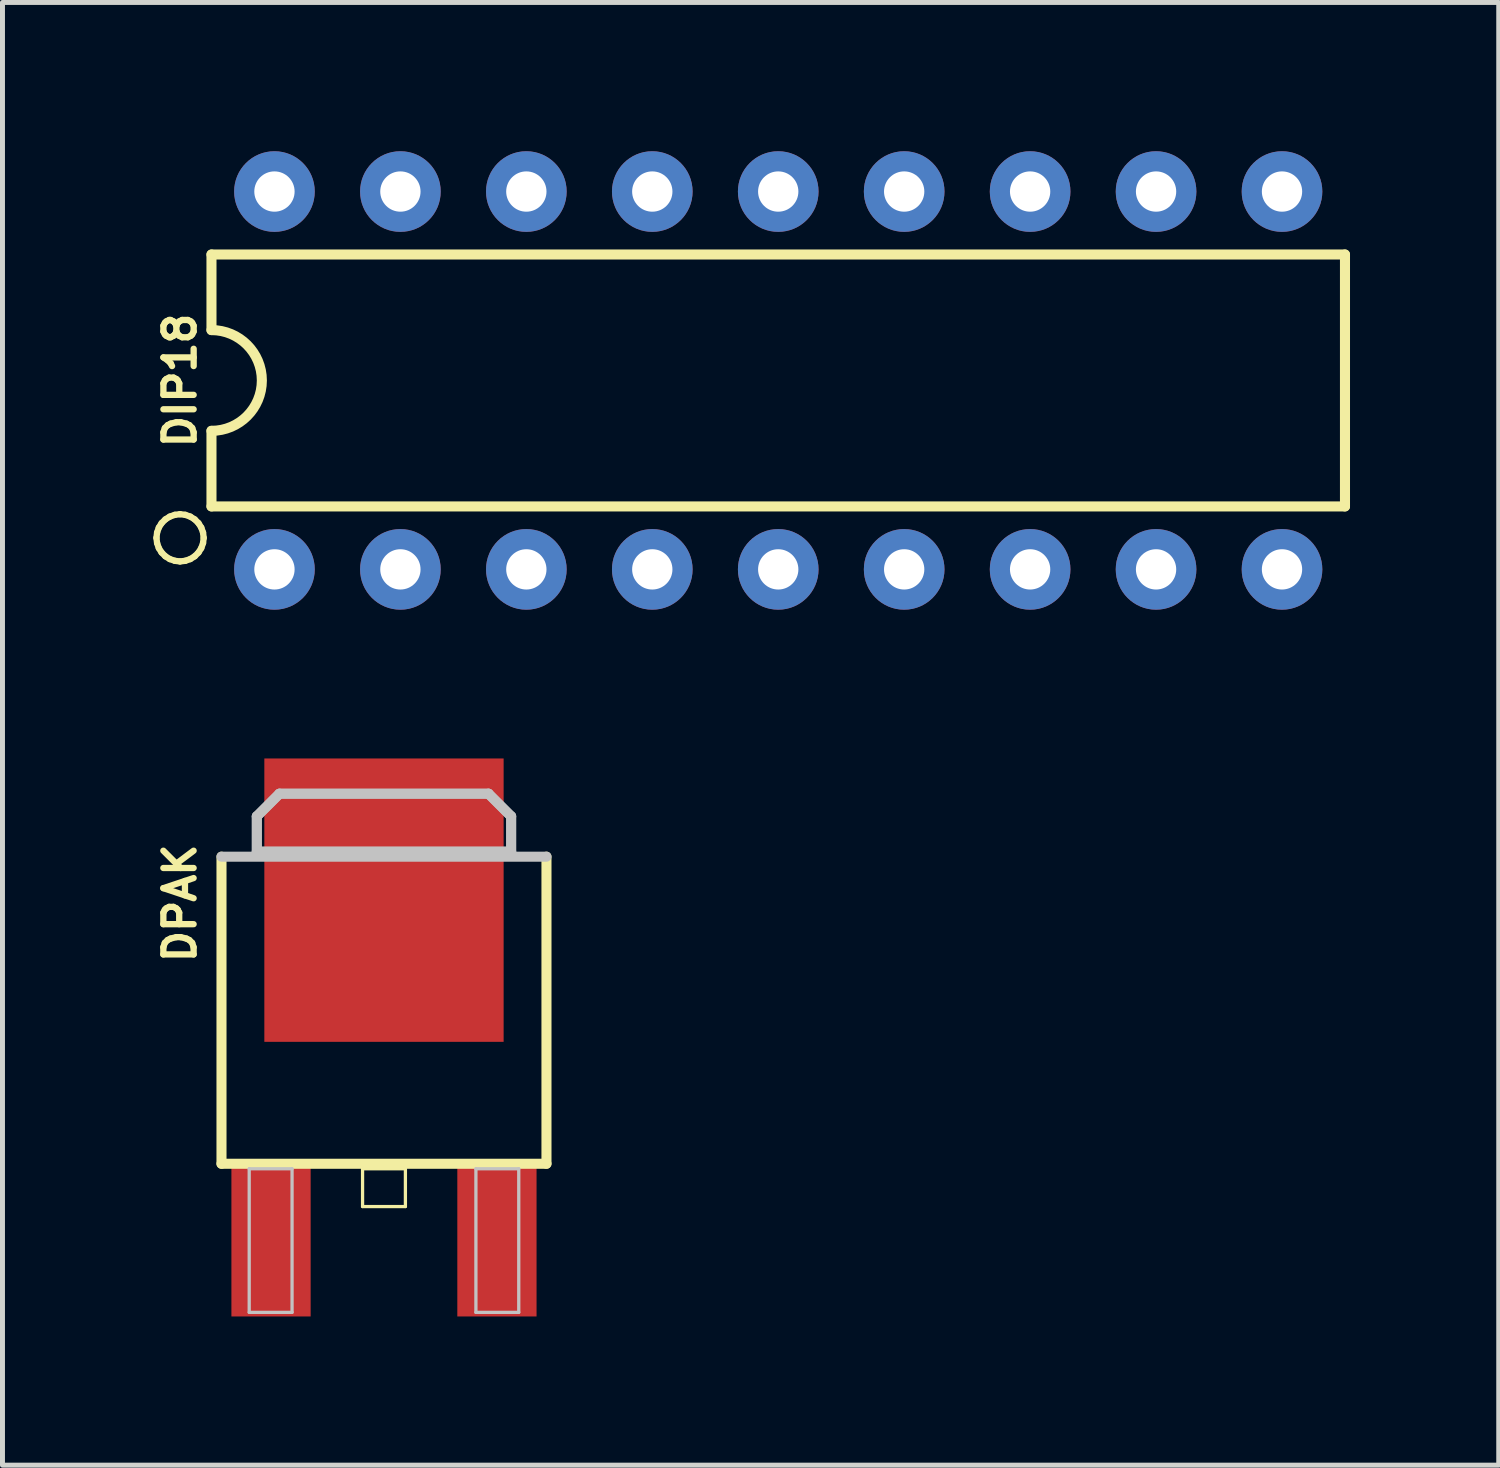
<source format=kicad_pcb>
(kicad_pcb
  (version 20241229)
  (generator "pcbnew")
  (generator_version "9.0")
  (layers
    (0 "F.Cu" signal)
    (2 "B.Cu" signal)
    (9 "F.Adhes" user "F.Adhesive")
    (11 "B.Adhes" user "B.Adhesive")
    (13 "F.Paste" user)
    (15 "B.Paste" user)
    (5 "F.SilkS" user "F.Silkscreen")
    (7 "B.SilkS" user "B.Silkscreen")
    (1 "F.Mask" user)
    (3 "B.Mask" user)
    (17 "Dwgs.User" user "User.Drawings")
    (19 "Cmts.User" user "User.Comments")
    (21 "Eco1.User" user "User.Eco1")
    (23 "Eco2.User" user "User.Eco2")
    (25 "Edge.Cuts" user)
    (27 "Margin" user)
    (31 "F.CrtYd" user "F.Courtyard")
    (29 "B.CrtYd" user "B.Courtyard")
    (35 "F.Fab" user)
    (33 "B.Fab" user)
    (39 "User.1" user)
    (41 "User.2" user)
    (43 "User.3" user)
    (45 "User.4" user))
  (footprint "DIP18"
    (layer "F.Cu")
    (at 12.645 4.623)
    (property "Reference" "DIP18" (at -12.065 0 90) (layer "F.SilkS") (effects (font (size 0.61 0.61) (thickness 0.127))))
    (attr exclude_from_pos_files exclude_from_bom)
    (fp_line (start -12.54 3.175) (end -12.527 3.068) (stroke (width 0.127) (type solid)) (layer "F.SilkS"))
    (fp_line (start -12.527 3.068) (end -12.492 2.967) (stroke (width 0.127) (type solid)) (layer "F.SilkS"))
    (fp_line (start -12.527 3.279) (end -12.54 3.175) (stroke (width 0.127) (type solid)) (layer "F.SilkS"))
    (fp_line (start -12.492 2.967) (end -12.436 2.878) (stroke (width 0.127) (type solid)) (layer "F.SilkS"))
    (fp_line (start -12.492 3.381) (end -12.527 3.279) (stroke (width 0.127) (type solid)) (layer "F.SilkS"))
    (fp_line (start -12.436 2.878) (end -12.36 2.802) (stroke (width 0.127) (type solid)) (layer "F.SilkS"))
    (fp_line (start -12.436 3.47) (end -12.492 3.381) (stroke (width 0.127) (type solid)) (layer "F.SilkS"))
    (fp_line (start -12.36 2.802) (end -12.271 2.746) (stroke (width 0.127) (type solid)) (layer "F.SilkS"))
    (fp_line (start -12.36 3.546) (end -12.436 3.47) (stroke (width 0.127) (type solid)) (layer "F.SilkS"))
    (fp_line (start -12.271 2.746) (end -12.169 2.71) (stroke (width 0.127) (type solid)) (layer "F.SilkS"))
    (fp_line (start -12.271 3.602) (end -12.36 3.546) (stroke (width 0.127) (type solid)) (layer "F.SilkS"))
    (fp_line (start -12.169 2.71) (end -12.065 2.697) (stroke (width 0.127) (type solid)) (layer "F.SilkS"))
    (fp_line (start -12.169 3.637) (end -12.271 3.602) (stroke (width 0.127) (type solid)) (layer "F.SilkS"))
    (fp_line (start -12.065 2.697) (end -11.958 2.71) (stroke (width 0.127) (type solid)) (layer "F.SilkS"))
    (fp_line (start -12.065 3.65) (end -12.169 3.637) (stroke (width 0.127) (type solid)) (layer "F.SilkS"))
    (fp_line (start -11.958 2.71) (end -11.857 2.746) (stroke (width 0.127) (type solid)) (layer "F.SilkS"))
    (fp_line (start -11.958 3.637) (end -12.065 3.65) (stroke (width 0.127) (type solid)) (layer "F.SilkS"))
    (fp_line (start -11.857 2.746) (end -11.768 2.802) (stroke (width 0.127) (type solid)) (layer "F.SilkS"))
    (fp_line (start -11.857 3.602) (end -11.958 3.637) (stroke (width 0.127) (type solid)) (layer "F.SilkS"))
    (fp_line (start -11.768 2.802) (end -11.692 2.878) (stroke (width 0.127) (type solid)) (layer "F.SilkS"))
    (fp_line (start -11.768 3.546) (end -11.857 3.602) (stroke (width 0.127) (type solid)) (layer "F.SilkS"))
    (fp_line (start -11.692 2.878) (end -11.636 2.967) (stroke (width 0.127) (type solid)) (layer "F.SilkS"))
    (fp_line (start -11.692 3.47) (end -11.768 3.546) (stroke (width 0.127) (type solid)) (layer "F.SilkS"))
    (fp_line (start -11.636 2.967) (end -11.6 3.068) (stroke (width 0.127) (type solid)) (layer "F.SilkS"))
    (fp_line (start -11.636 3.381) (end -11.692 3.47) (stroke (width 0.127) (type solid)) (layer "F.SilkS"))
    (fp_line (start -11.6 3.068) (end -11.587 3.175) (stroke (width 0.127) (type solid)) (layer "F.SilkS"))
    (fp_line (start -11.6 3.279) (end -11.636 3.381) (stroke (width 0.127) (type solid)) (layer "F.SilkS"))
    (fp_line (start -11.587 3.175) (end -11.6 3.279) (stroke (width 0.127) (type solid)) (layer "F.SilkS"))
    (fp_line (start -11.43 -2.54) (end -11.43 -1.016) (stroke (width 0.203) (type solid)) (layer "F.SilkS"))
    (fp_line (start -11.43 2.54) (end -11.43 1.016) (stroke (width 0.203) (type solid)) (layer "F.SilkS"))
    (fp_line (start -11.43 2.54) (end 11.43 2.54) (stroke (width 0.203) (type solid)) (layer "F.SilkS"))
    (fp_line (start 11.43 -2.54) (end -11.43 -2.54) (stroke (width 0.203) (type solid)) (layer "F.SilkS"))
    (fp_line (start 11.43 -2.54) (end 11.43 2.54) (stroke (width 0.203) (type solid)) (layer "F.SilkS"))
    (fp_arc (start -11.43 -1.016) (mid -10.414 0) (end -11.43 1.016) (stroke (width 0.2032) (type solid)) (layer "F.SilkS"))
    (pad "1" thru_hole circle (at -10.16 3.81) (size 1.626 1.626) (drill 0.813) (layers "*.Cu" "*.Paste" "*.Mask"))
    (pad "2" thru_hole circle (at -7.62 3.81) (size 1.626 1.626) (drill 0.813) (layers "*.Cu" "*.Paste" "*.Mask"))
    (pad "3" thru_hole circle (at -5.08 3.81) (size 1.626 1.626) (drill 0.813) (layers "*.Cu" "*.Paste" "*.Mask"))
    (pad "4" thru_hole circle (at -2.54 3.81) (size 1.626 1.626) (drill 0.813) (layers "*.Cu" "*.Paste" "*.Mask"))
    (pad "5" thru_hole circle (at 0 3.81) (size 1.626 1.626) (drill 0.813) (layers "*.Cu" "*.Paste" "*.Mask"))
    (pad "6" thru_hole circle (at 2.54 3.81) (size 1.626 1.626) (drill 0.813) (layers "*.Cu" "*.Paste" "*.Mask"))
    (pad "7" thru_hole circle (at 5.08 3.81) (size 1.626 1.626) (drill 0.813) (layers "*.Cu" "*.Paste" "*.Mask"))
    (pad "8" thru_hole circle (at 7.62 3.81) (size 1.626 1.626) (drill 0.813) (layers "*.Cu" "*.Paste" "*.Mask"))
    (pad "9" thru_hole circle (at 10.16 3.81) (size 1.626 1.626) (drill 0.813) (layers "*.Cu" "*.Paste" "*.Mask"))
    (pad "10" thru_hole circle (at 10.16 -3.81) (size 1.626 1.626) (drill 0.813) (layers "*.Cu" "*.Paste" "*.Mask"))
    (pad "11" thru_hole circle (at 7.62 -3.81) (size 1.626 1.626) (drill 0.813) (layers "*.Cu" "*.Paste" "*.Mask"))
    (pad "12" thru_hole circle (at 5.08 -3.81) (size 1.626 1.626) (drill 0.813) (layers "*.Cu" "*.Paste" "*.Mask"))
    (pad "13" thru_hole circle (at 2.54 -3.81) (size 1.626 1.626) (drill 0.813) (layers "*.Cu" "*.Paste" "*.Mask"))
    (pad "14" thru_hole circle (at 0 -3.81) (size 1.626 1.626) (drill 0.813) (layers "*.Cu" "*.Paste" "*.Mask"))
    (pad "15" thru_hole circle (at -2.54 -3.81) (size 1.626 1.626) (drill 0.813) (layers "*.Cu" "*.Paste" "*.Mask"))
    (pad "16" thru_hole circle (at -5.08 -3.81) (size 1.626 1.626) (drill 0.813) (layers "*.Cu" "*.Paste" "*.Mask"))
    (pad "17" thru_hole circle (at -7.62 -3.81) (size 1.626 1.626) (drill 0.813) (layers "*.Cu" "*.Paste" "*.Mask"))
    (pad "18" thru_hole circle (at -10.16 -3.81) (size 1.626 1.626) (drill 0.813) (layers "*.Cu" "*.Paste" "*.Mask")))
  (footprint "DPAK"
    (layer "F.Cu")
    (at 4.694 16.691)
    (property "Reference" "DPAK" (at -4.115 -1.524 90) (layer "F.SilkS") (effects (font (size 0.61 0.61) (thickness 0.127))))
    (attr smd)
    (fp_line (start -3.277 3.729) (end -3.277 -2.464) (stroke (width 0.203) (type solid)) (layer "F.SilkS"))
    (fp_line (start -0.432 3.83) (end 0.432 3.83) (stroke (width 0.066) (type solid)) (layer "F.SilkS"))
    (fp_line (start -0.432 4.592) (end -0.432 3.83) (stroke (width 0.066) (type solid)) (layer "F.SilkS"))
    (fp_line (start -0.432 4.592) (end 0.432 4.592) (stroke (width 0.066) (type solid)) (layer "F.SilkS"))
    (fp_line (start 0.432 4.592) (end 0.432 3.83) (stroke (width 0.066) (type solid)) (layer "F.SilkS"))
    (fp_line (start 3.277 -2.464) (end 3.277 3.729) (stroke (width 0.203) (type solid)) (layer "F.SilkS"))
    (fp_line (start 3.277 3.729) (end -3.277 3.729) (stroke (width 0.203) (type solid)) (layer "F.SilkS"))
    (fp_line (start -3.277 -2.464) (end 3.277 -2.464) (stroke (width 0.203) (type solid)) (layer "Dwgs.User"))
    (fp_line (start -2.718 3.83) (end -1.854 3.83) (stroke (width 0.066) (type solid)) (layer "Dwgs.User"))
    (fp_line (start -2.718 6.726) (end -2.718 3.83) (stroke (width 0.066) (type solid)) (layer "Dwgs.User"))
    (fp_line (start -2.718 6.726) (end -1.854 6.726) (stroke (width 0.066) (type solid)) (layer "Dwgs.User"))
    (fp_line (start -2.565 -3.277) (end -2.108 -3.734) (stroke (width 0.198) (type solid)) (layer "Dwgs.User"))
    (fp_line (start -2.565 -3.277) (end -2.108 -3.734) (stroke (width 0.203) (type solid)) (layer "Dwgs.User"))
    (fp_line (start -2.565 -2.565) (end -2.565 -3.277) (stroke (width 0.198) (type solid)) (layer "Dwgs.User"))
    (fp_line (start -2.565 -2.565) (end -2.565 -3.277) (stroke (width 0.203) (type solid)) (layer "Dwgs.User"))
    (fp_line (start -2.108 -3.734) (end 2.108 -3.734) (stroke (width 0.198) (type solid)) (layer "Dwgs.User"))
    (fp_line (start -2.108 -3.734) (end 2.108 -3.734) (stroke (width 0.203) (type solid)) (layer "Dwgs.User"))
    (fp_line (start -1.854 6.726) (end -1.854 3.83) (stroke (width 0.066) (type solid)) (layer "Dwgs.User"))
    (fp_line (start 1.854 3.83) (end 2.718 3.83) (stroke (width 0.066) (type solid)) (layer "Dwgs.User"))
    (fp_line (start 1.854 6.726) (end 1.854 3.83) (stroke (width 0.066) (type solid)) (layer "Dwgs.User"))
    (fp_line (start 1.854 6.726) (end 2.718 6.726) (stroke (width 0.066) (type solid)) (layer "Dwgs.User"))
    (fp_line (start 2.108 -3.734) (end 2.565 -3.277) (stroke (width 0.198) (type solid)) (layer "Dwgs.User"))
    (fp_line (start 2.108 -3.734) (end 2.565 -3.277) (stroke (width 0.203) (type solid)) (layer "Dwgs.User"))
    (fp_line (start 2.565 -3.277) (end 2.565 -2.565) (stroke (width 0.198) (type solid)) (layer "Dwgs.User"))
    (fp_line (start 2.565 -3.277) (end 2.565 -2.565) (stroke (width 0.203) (type solid)) (layer "Dwgs.User"))
    (fp_line (start 2.565 -2.565) (end -2.565 -2.565) (stroke (width 0.198) (type solid)) (layer "Dwgs.User"))
    (fp_line (start 2.565 -2.565) (end -2.565 -2.565) (stroke (width 0.203) (type solid)) (layer "Dwgs.User"))
    (fp_line (start 2.718 6.726) (end 2.718 3.83) (stroke (width 0.066) (type solid)) (layer "Dwgs.User"))
    (pad "1" smd rect (at -2.278 5.309) (size 1.598 3) (layers "F.Cu" "F.Mask" "F.Paste"))
    (pad "3" smd rect (at 2.278 5.309) (size 1.598 3) (layers "F.Cu" "F.Mask" "F.Paste"))
    (pad "4" smd rect (at 0 -1.587) (size 4.826 5.715) (layers "F.Cu" "F.Mask" "F.Paste")))
  (gr_rect
    (start -3 -3)
    (end 27.176 26.499)
    (stroke (width 0.1) (type default))
    (fill no)
    (layer "Edge.Cuts")))
</source>
